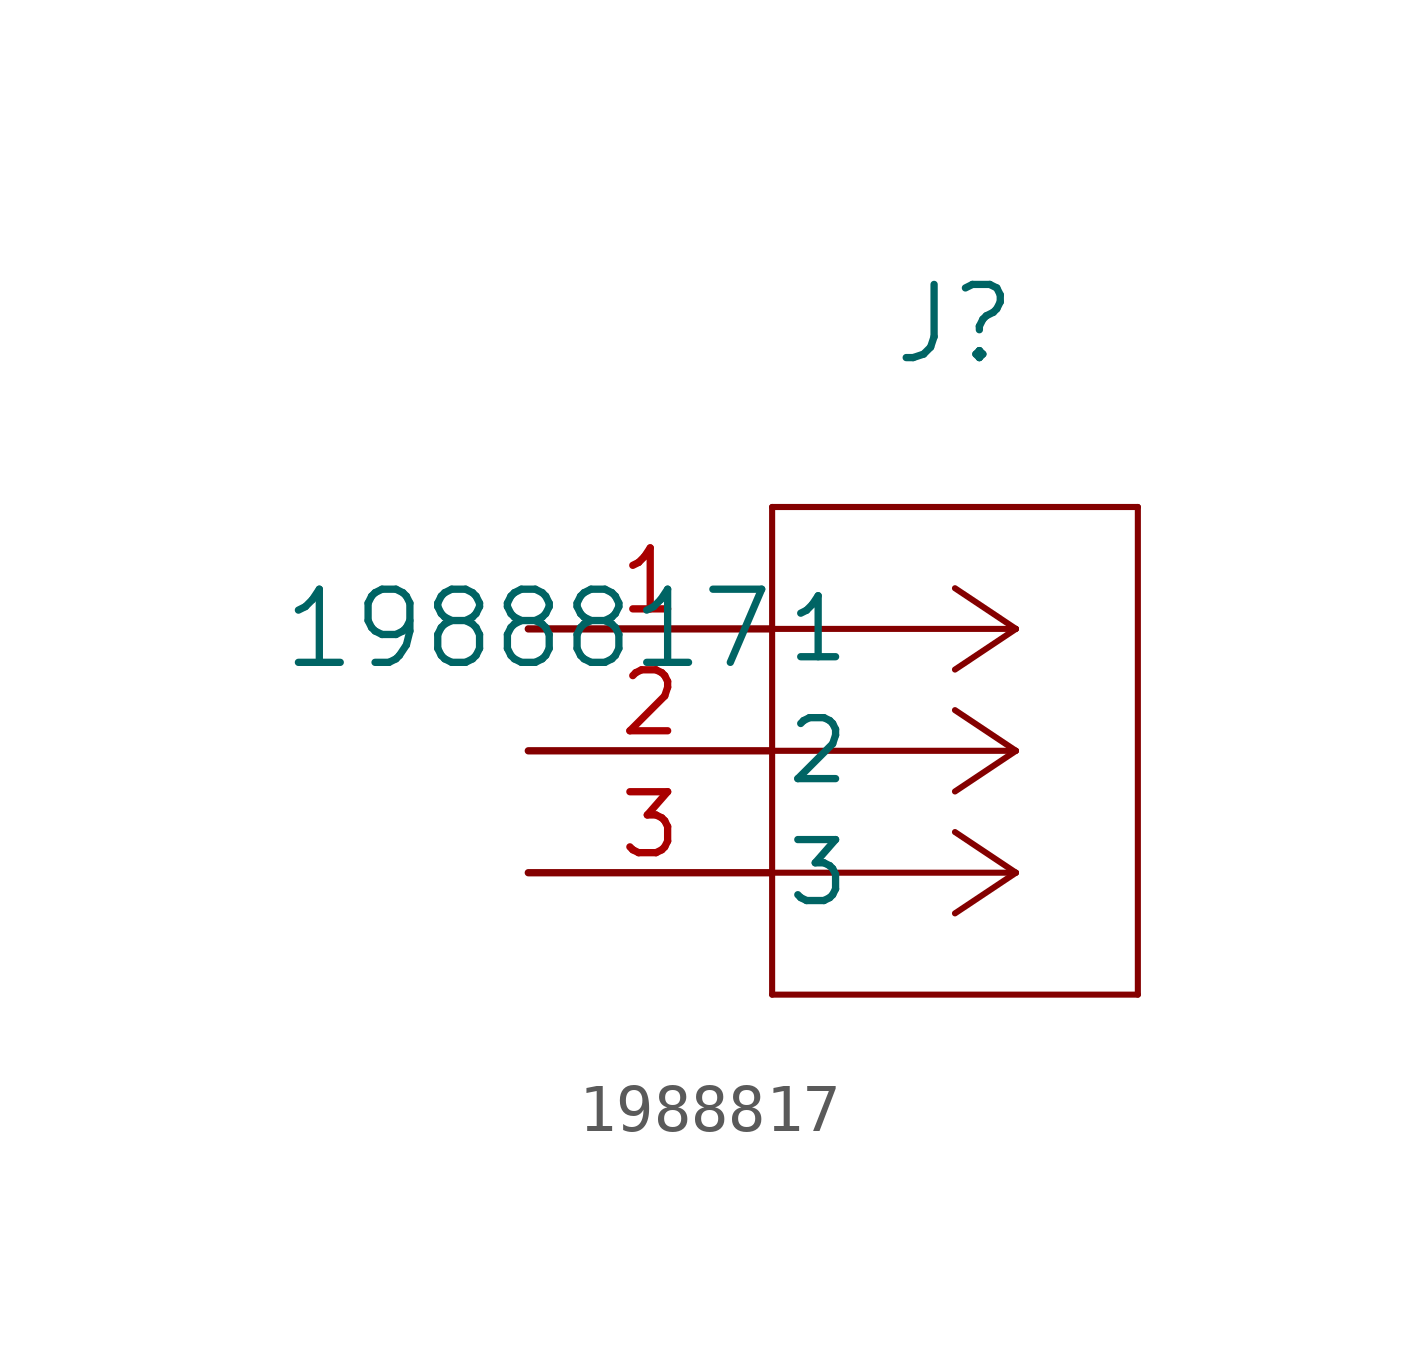
<source format=kicad_sym>
(kicad_symbol_lib
  (version 20211014)
  (generator kicad_symbol_editor)
  (symbol "1988817"
    (pin_names
      (offset 0.254))
    (property "Reference" "J"
      (at 8.89 6.35 0)
      (effects (font (size 1.524 1.524))))
    (property "Value" "1988817"
      (at 0 0 0)
      (effects (font (size 1.524 1.524))))
    (symbol "1988817_0_1"
      (polyline (pts (xy 10.16 0) (xy 5.08 0)) (stroke (width 0.127) (type default) (color 0 0 0 0)) (fill (type none)))
      (polyline (pts (xy 10.16 -2.54) (xy 5.08 -2.54)) (stroke (width 0.127) (type default) (color 0 0 0 0)) (fill (type none)))
      (polyline (pts (xy 10.16 -5.08) (xy 5.08 -5.08)) (stroke (width 0.127) (type default) (color 0 0 0 0)) (fill (type none)))
      (polyline (pts (xy 10.16 0) (xy 8.89 0.847)) (stroke (width 0.127) (type default) (color 0 0 0 0)) (fill (type none)))
      (polyline (pts (xy 10.16 -2.54) (xy 8.89 -1.693)) (stroke (width 0.127) (type default) (color 0 0 0 0)) (fill (type none)))
      (polyline (pts (xy 10.16 -5.08) (xy 8.89 -4.233)) (stroke (width 0.127) (type default) (color 0 0 0 0)) (fill (type none)))
      (polyline (pts (xy 10.16 0) (xy 8.89 -0.847)) (stroke (width 0.127) (type default) (color 0 0 0 0)) (fill (type none)))
      (polyline (pts (xy 10.16 -2.54) (xy 8.89 -3.387)) (stroke (width 0.127) (type default) (color 0 0 0 0)) (fill (type none)))
      (polyline (pts (xy 10.16 -5.08) (xy 8.89 -5.927)) (stroke (width 0.127) (type default) (color 0 0 0 0)) (fill (type none)))
      (polyline (pts (xy 5.08 2.54) (xy 5.08 -7.62)) (stroke (width 0.127) (type default) (color 0 0 0 0)) (fill (type none)))
      (polyline (pts (xy 5.08 -7.62) (xy 12.7 -7.62)) (stroke (width 0.127) (type default) (color 0 0 0 0)) (fill (type none)))
      (polyline (pts (xy 12.7 -7.62) (xy 12.7 2.54)) (stroke (width 0.127) (type default) (color 0 0 0 0)) (fill (type none)))
      (polyline (pts (xy 12.7 2.54) (xy 5.08 2.54)) (stroke (width 0.127) (type default) (color 0 0 0 0)) (fill (type none)))
      (pin unspecified line (at 0 0 0) (length 5.08) (name "1" (effects (font (size 1.27 1.27)))) (number "1" (effects (font (size 1.27 1.27)))))
      (pin unspecified line (at 0 -2.54 0) (length 5.08) (name "2" (effects (font (size 1.27 1.27)))) (number "2" (effects (font (size 1.27 1.27)))))
      (pin unspecified line (at 0 -5.08 0) (length 5.08) (name "3" (effects (font (size 1.27 1.27)))) (number "3" (effects (font (size 1.27 1.27))))))))
</source>
